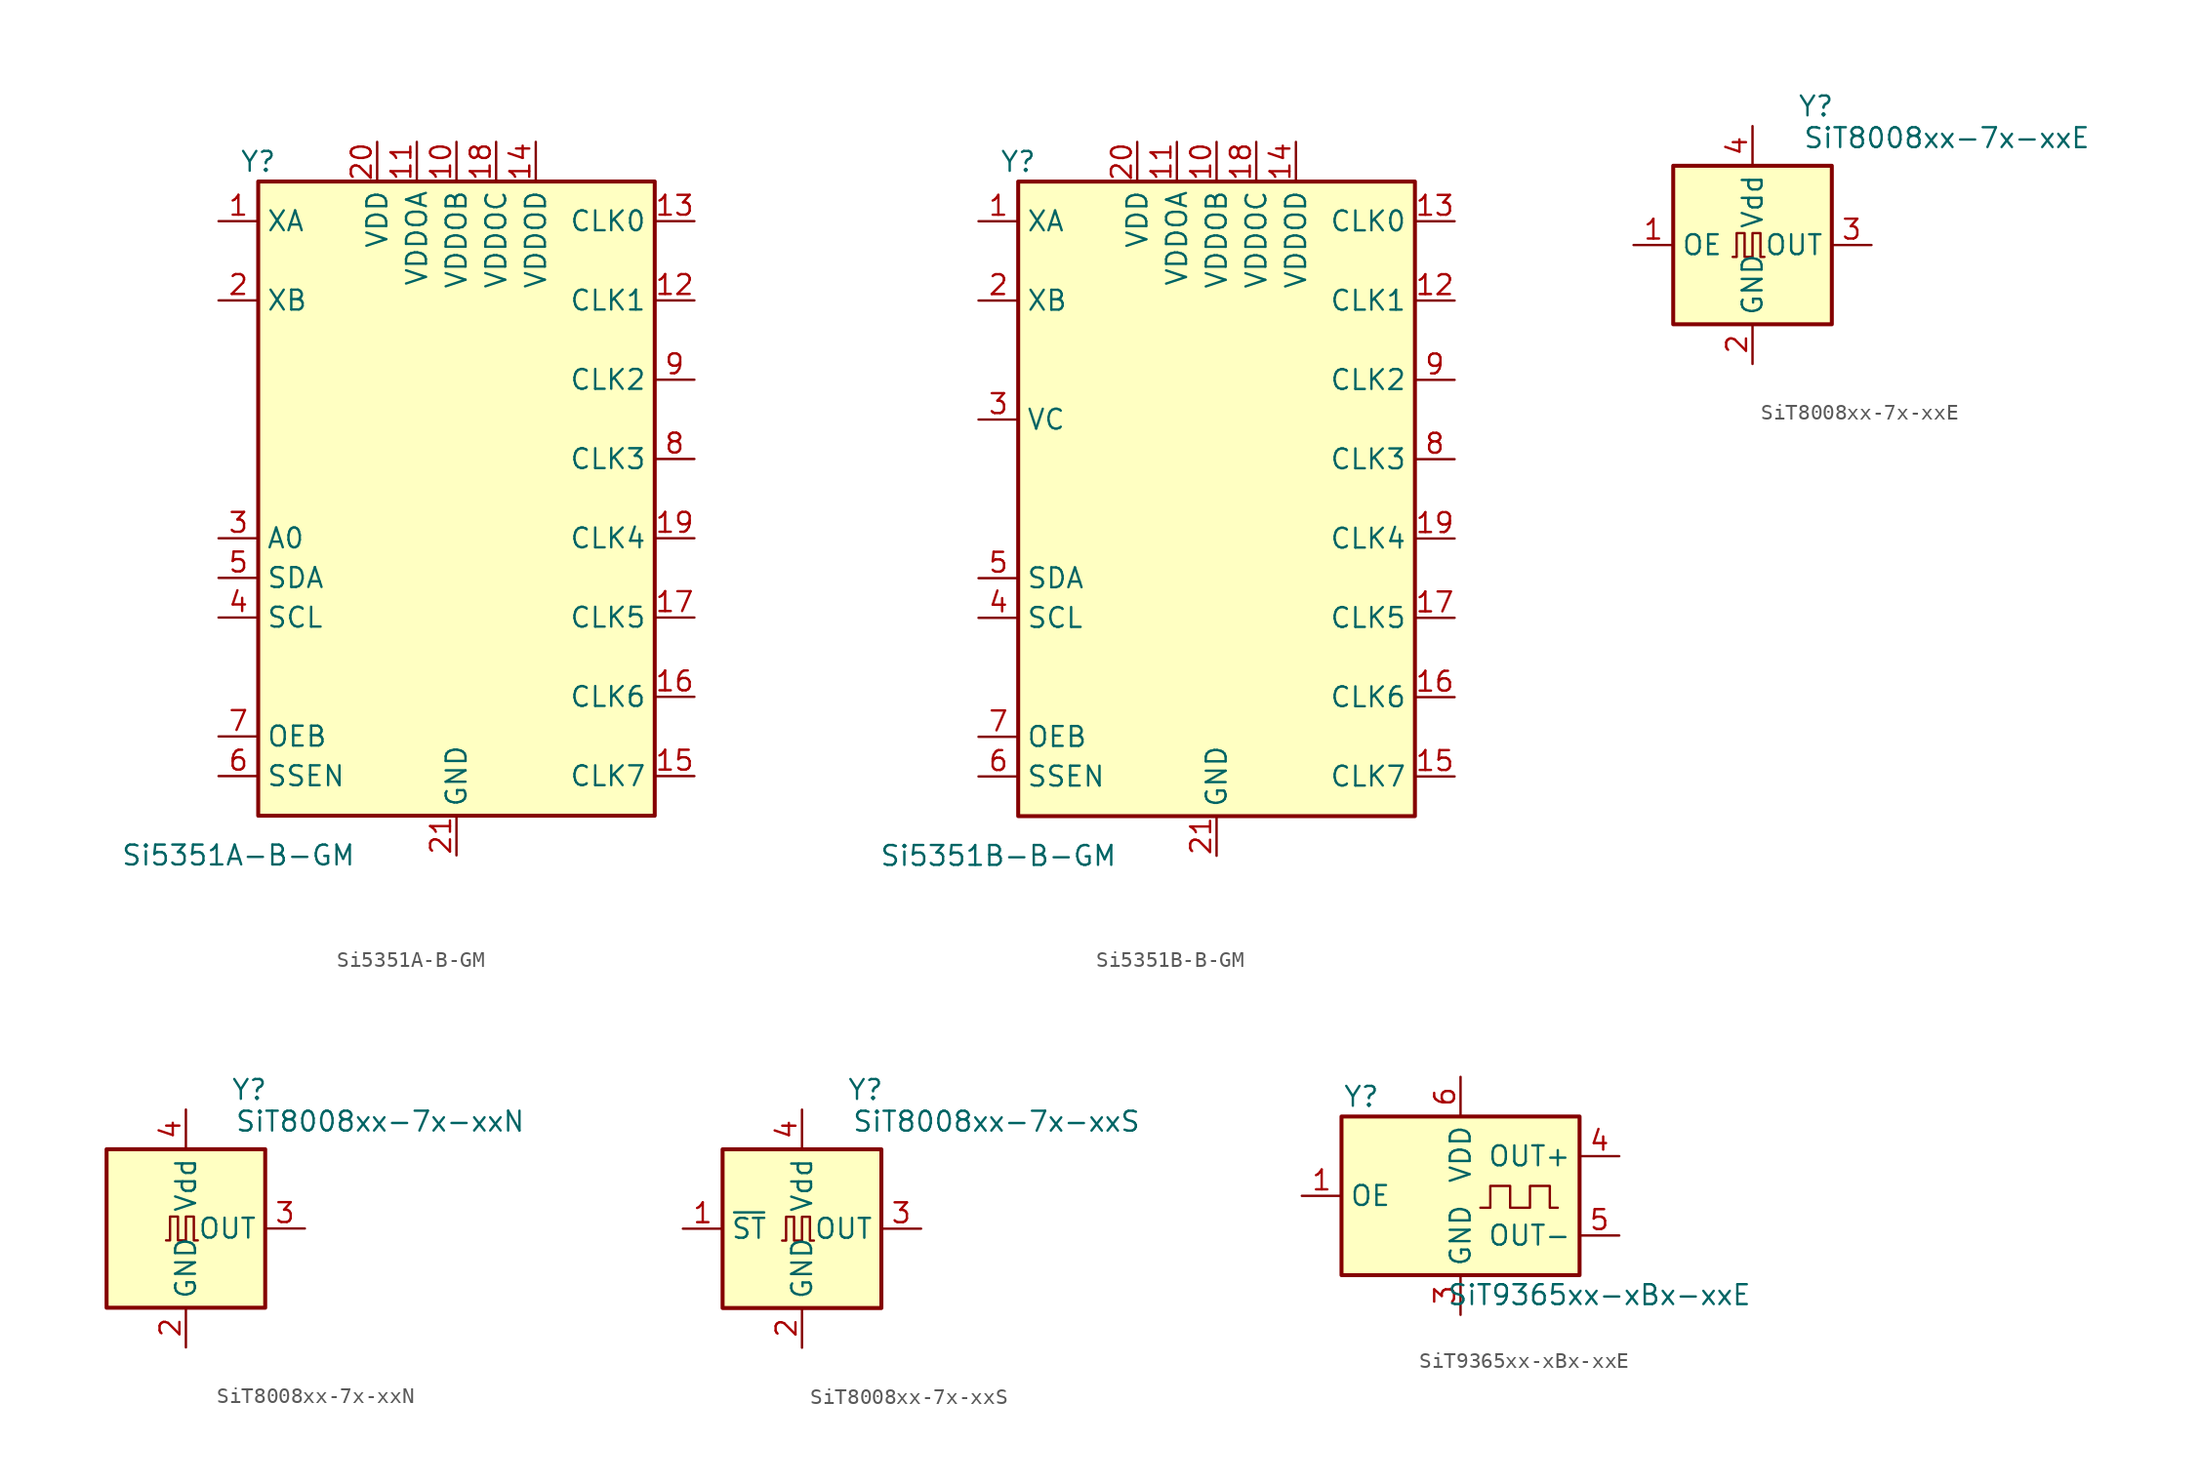
<source format=kicad_sym>
(kicad_symbol_lib
  (version 20241209)
  (generator "kicad_symbol_editor")
  (generator_version "9.0")
  (symbol "Si5351A-B-GM"
    (property "Reference" "Y"
      (at -12.7 21.59 0)
      (effects (font (size 1.27 1.27))))
    (property "Value" "Si5351A-B-GM"
      (at -13.97 -22.86 0)
      (effects (font (size 1.27 1.27))))
    (symbol "Si5351A-B-GM_1_1"
      (rectangle (start -12.7 20.32) (end 12.7 -20.32) (stroke (width 0.254) (type default)) (fill (type background)))
      (pin input line (at -15.24 17.78 0) (length 2.54) (name "XA" (effects (font (size 1.27 1.27)))) (number "1" (effects (font (size 1.27 1.27)))))
      (pin input line (at -15.24 12.7 0) (length 2.54) (name "XB" (effects (font (size 1.27 1.27)))) (number "2" (effects (font (size 1.27 1.27)))))
      (pin input line (at -15.24 -2.54 0) (length 2.54) (name "A0" (effects (font (size 1.27 1.27)))) (number "3" (effects (font (size 1.27 1.27)))))
      (pin bidirectional line (at -15.24 -5.08 0) (length 2.54) (name "SDA" (effects (font (size 1.27 1.27)))) (number "5" (effects (font (size 1.27 1.27)))))
      (pin input line (at -15.24 -7.62 0) (length 2.54) (name "SCL" (effects (font (size 1.27 1.27)))) (number "4" (effects (font (size 1.27 1.27)))))
      (pin input line (at -15.24 -15.24 0) (length 2.54) (name "OEB" (effects (font (size 1.27 1.27)))) (number "7" (effects (font (size 1.27 1.27)))))
      (pin input line (at -15.24 -17.78 0) (length 2.54) (name "SSEN" (effects (font (size 1.27 1.27)))) (number "6" (effects (font (size 1.27 1.27)))))
      (pin power_in line (at -5.08 22.86 270) (length 2.54) (name "VDD" (effects (font (size 1.27 1.27)))) (number "20" (effects (font (size 1.27 1.27)))))
      (pin power_in line (at -2.54 22.86 270) (length 2.54) (name "VDDOA" (effects (font (size 1.27 1.27)))) (number "11" (effects (font (size 1.27 1.27)))))
      (pin power_in line (at 0 22.86 270) (length 2.54) (name "VDDOB" (effects (font (size 1.27 1.27)))) (number "10" (effects (font (size 1.27 1.27)))))
      (pin power_in line (at 0 -22.86 90) (length 2.54) (name "GND" (effects (font (size 1.27 1.27)))) (number "21" (effects (font (size 1.27 1.27)))))
      (pin power_in line (at 2.54 22.86 270) (length 2.54) (name "VDDOC" (effects (font (size 1.27 1.27)))) (number "18" (effects (font (size 1.27 1.27)))))
      (pin power_in line (at 5.08 22.86 270) (length 2.54) (name "VDDOD" (effects (font (size 1.27 1.27)))) (number "14" (effects (font (size 1.27 1.27)))))
      (pin output line (at 15.24 17.78 180) (length 2.54) (name "CLK0" (effects (font (size 1.27 1.27)))) (number "13" (effects (font (size 1.27 1.27)))))
      (pin output line (at 15.24 12.7 180) (length 2.54) (name "CLK1" (effects (font (size 1.27 1.27)))) (number "12" (effects (font (size 1.27 1.27)))))
      (pin output line (at 15.24 7.62 180) (length 2.54) (name "CLK2" (effects (font (size 1.27 1.27)))) (number "9" (effects (font (size 1.27 1.27)))))
      (pin output line (at 15.24 2.54 180) (length 2.54) (name "CLK3" (effects (font (size 1.27 1.27)))) (number "8" (effects (font (size 1.27 1.27)))))
      (pin output line (at 15.24 -2.54 180) (length 2.54) (name "CLK4" (effects (font (size 1.27 1.27)))) (number "19" (effects (font (size 1.27 1.27)))))
      (pin output line (at 15.24 -7.62 180) (length 2.54) (name "CLK5" (effects (font (size 1.27 1.27)))) (number "17" (effects (font (size 1.27 1.27)))))
      (pin output line (at 15.24 -12.7 180) (length 2.54) (name "CLK6" (effects (font (size 1.27 1.27)))) (number "16" (effects (font (size 1.27 1.27)))))
      (pin output line (at 15.24 -17.78 180) (length 2.54) (name "CLK7" (effects (font (size 1.27 1.27)))) (number "15" (effects (font (size 1.27 1.27)))))))
  (symbol "Si5351B-B-GM"
    (property "Reference" "Y"
      (at -12.7 21.59 0)
      (effects (font (size 1.27 1.27))))
    (property "Value" "Si5351B-B-GM"
      (at -13.97 -22.86 0)
      (effects (font (size 1.27 1.27))))
    (symbol "Si5351B-B-GM_1_1"
      (rectangle (start -12.7 20.32) (end 12.7 -20.32) (stroke (width 0.254) (type default)) (fill (type background)))
      (pin input line (at -15.24 17.78 0) (length 2.54) (name "XA" (effects (font (size 1.27 1.27)))) (number "1" (effects (font (size 1.27 1.27)))))
      (pin input line (at -15.24 12.7 0) (length 2.54) (name "XB" (effects (font (size 1.27 1.27)))) (number "2" (effects (font (size 1.27 1.27)))))
      (pin input line (at -15.24 5.08 0) (length 2.54) (name "VC" (effects (font (size 1.27 1.27)))) (number "3" (effects (font (size 1.27 1.27)))))
      (pin bidirectional line (at -15.24 -5.08 0) (length 2.54) (name "SDA" (effects (font (size 1.27 1.27)))) (number "5" (effects (font (size 1.27 1.27)))))
      (pin input line (at -15.24 -7.62 0) (length 2.54) (name "SCL" (effects (font (size 1.27 1.27)))) (number "4" (effects (font (size 1.27 1.27)))))
      (pin input line (at -15.24 -15.24 0) (length 2.54) (name "OEB" (effects (font (size 1.27 1.27)))) (number "7" (effects (font (size 1.27 1.27)))))
      (pin input line (at -15.24 -17.78 0) (length 2.54) (name "SSEN" (effects (font (size 1.27 1.27)))) (number "6" (effects (font (size 1.27 1.27)))))
      (pin power_in line (at -5.08 22.86 270) (length 2.54) (name "VDD" (effects (font (size 1.27 1.27)))) (number "20" (effects (font (size 1.27 1.27)))))
      (pin power_in line (at -2.54 22.86 270) (length 2.54) (name "VDDOA" (effects (font (size 1.27 1.27)))) (number "11" (effects (font (size 1.27 1.27)))))
      (pin power_in line (at 0 22.86 270) (length 2.54) (name "VDDOB" (effects (font (size 1.27 1.27)))) (number "10" (effects (font (size 1.27 1.27)))))
      (pin power_in line (at 0 -22.86 90) (length 2.54) (name "GND" (effects (font (size 1.27 1.27)))) (number "21" (effects (font (size 1.27 1.27)))))
      (pin power_in line (at 2.54 22.86 270) (length 2.54) (name "VDDOC" (effects (font (size 1.27 1.27)))) (number "18" (effects (font (size 1.27 1.27)))))
      (pin power_in line (at 5.08 22.86 270) (length 2.54) (name "VDDOD" (effects (font (size 1.27 1.27)))) (number "14" (effects (font (size 1.27 1.27)))))
      (pin output line (at 15.24 17.78 180) (length 2.54) (name "CLK0" (effects (font (size 1.27 1.27)))) (number "13" (effects (font (size 1.27 1.27)))))
      (pin output line (at 15.24 12.7 180) (length 2.54) (name "CLK1" (effects (font (size 1.27 1.27)))) (number "12" (effects (font (size 1.27 1.27)))))
      (pin output line (at 15.24 7.62 180) (length 2.54) (name "CLK2" (effects (font (size 1.27 1.27)))) (number "9" (effects (font (size 1.27 1.27)))))
      (pin output line (at 15.24 2.54 180) (length 2.54) (name "CLK3" (effects (font (size 1.27 1.27)))) (number "8" (effects (font (size 1.27 1.27)))))
      (pin output line (at 15.24 -2.54 180) (length 2.54) (name "CLK4" (effects (font (size 1.27 1.27)))) (number "19" (effects (font (size 1.27 1.27)))))
      (pin output line (at 15.24 -7.62 180) (length 2.54) (name "CLK5" (effects (font (size 1.27 1.27)))) (number "17" (effects (font (size 1.27 1.27)))))
      (pin output line (at 15.24 -12.7 180) (length 2.54) (name "CLK6" (effects (font (size 1.27 1.27)))) (number "16" (effects (font (size 1.27 1.27)))))
      (pin output line (at 15.24 -17.78 180) (length 2.54) (name "CLK7" (effects (font (size 1.27 1.27)))) (number "15" (effects (font (size 1.27 1.27)))))))
  (symbol "SiT8008xx-7x-xxE"
    (property "Reference" "Y"
      (at 4.064 8.89 0)
      (effects (font (size 1.27 1.27))))
    (property "Value" "SiT8008xx-7x-xxE"
      (at 12.446 6.858 0)
      (effects (font (size 1.27 1.27))))
    (symbol "SiT8008xx-7x-xxE_0_1"
      (rectangle (start -5.08 5.08) (end 5.08 -5.08) (stroke (width 0.254) (type default)) (fill (type background)))
      (polyline (pts (xy -1.27 -0.762) (xy -1.016 -0.762) (xy -1.016 0.762) (xy -0.508 0.762) (xy -0.508 -0.762) (xy 0 -0.762) (xy 0 0.762) (xy 0.508 0.762) (xy 0.508 -0.762) (xy 0.762 -0.762)) (stroke (width 0) (type default)) (fill (type none))))
    (symbol "SiT8008xx-7x-xxE_1_1"
      (pin input line (at -7.62 0 0) (length 2.54) (name "OE" (effects (font (size 1.27 1.27)))) (number "1" (effects (font (size 1.27 1.27)))))
      (pin power_in line (at 0 7.62 270) (length 2.54) (name "Vdd" (effects (font (size 1.27 1.27)))) (number "4" (effects (font (size 1.27 1.27)))))
      (pin power_in line (at 0 -7.62 90) (length 2.54) (name "GND" (effects (font (size 1.27 1.27)))) (number "2" (effects (font (size 1.27 1.27)))))
      (pin output line (at 7.62 0 180) (length 2.54) (name "OUT" (effects (font (size 1.27 1.27)))) (number "3" (effects (font (size 1.27 1.27)))))))
  (symbol "SiT8008xx-7x-xxN"
    (property "Reference" "Y"
      (at 4.064 8.89 0)
      (effects (font (size 1.27 1.27))))
    (property "Value" "SiT8008xx-7x-xxN"
      (at 12.446 6.858 0)
      (effects (font (size 1.27 1.27))))
    (symbol "SiT8008xx-7x-xxN_0_1"
      (rectangle (start -5.08 5.08) (end 5.08 -5.08) (stroke (width 0.254) (type default)) (fill (type background)))
      (polyline (pts (xy -1.27 -0.762) (xy -1.016 -0.762) (xy -1.016 0.762) (xy -0.508 0.762) (xy -0.508 -0.762) (xy 0 -0.762) (xy 0 0.762) (xy 0.508 0.762) (xy 0.508 -0.762) (xy 0.762 -0.762)) (stroke (width 0) (type default)) (fill (type none))))
    (symbol "SiT8008xx-7x-xxN_1_1"
      (pin no_connect line (at -5.08 0 0) (length 2.54) (hide yes) (name "NC" (effects (font (size 1.27 1.27)))) (number "1" (effects (font (size 1.27 1.27)))))
      (pin power_in line (at 0 7.62 270) (length 2.54) (name "Vdd" (effects (font (size 1.27 1.27)))) (number "4" (effects (font (size 1.27 1.27)))))
      (pin power_in line (at 0 -7.62 90) (length 2.54) (name "GND" (effects (font (size 1.27 1.27)))) (number "2" (effects (font (size 1.27 1.27)))))
      (pin output line (at 7.62 0 180) (length 2.54) (name "OUT" (effects (font (size 1.27 1.27)))) (number "3" (effects (font (size 1.27 1.27)))))))
  (symbol "SiT8008xx-7x-xxS"
    (property "Reference" "Y"
      (at 4.064 8.89 0)
      (effects (font (size 1.27 1.27))))
    (property "Value" "SiT8008xx-7x-xxS"
      (at 12.446 6.858 0)
      (effects (font (size 1.27 1.27))))
    (symbol "SiT8008xx-7x-xxS_0_1"
      (rectangle (start -5.08 5.08) (end 5.08 -5.08) (stroke (width 0.254) (type default)) (fill (type background)))
      (polyline (pts (xy -1.27 -0.762) (xy -1.016 -0.762) (xy -1.016 0.762) (xy -0.508 0.762) (xy -0.508 -0.762) (xy 0 -0.762) (xy 0 0.762) (xy 0.508 0.762) (xy 0.508 -0.762) (xy 0.762 -0.762)) (stroke (width 0) (type default)) (fill (type none))))
    (symbol "SiT8008xx-7x-xxS_1_1"
      (pin input line (at -7.62 0 0) (length 2.54) (name "~{ST}" (effects (font (size 1.27 1.27)))) (number "1" (effects (font (size 1.27 1.27)))))
      (pin power_in line (at 0 7.62 270) (length 2.54) (name "Vdd" (effects (font (size 1.27 1.27)))) (number "4" (effects (font (size 1.27 1.27)))))
      (pin power_in line (at 0 -7.62 90) (length 2.54) (name "GND" (effects (font (size 1.27 1.27)))) (number "2" (effects (font (size 1.27 1.27)))))
      (pin output line (at 7.62 0 180) (length 2.54) (name "OUT" (effects (font (size 1.27 1.27)))) (number "3" (effects (font (size 1.27 1.27)))))))
  (symbol "SiT9365xx-xBx-xxE"
    (property "Reference" "Y"
      (at -6.35 6.35 0)
      (effects (font (size 1.27 1.27))))
    (property "Value" "SiT9365xx-xBx-xxE"
      (at 8.89 -6.35 0)
      (effects (font (size 1.27 1.27))))
    (symbol "SiT9365xx-xBx-xxE_0_1"
      (rectangle (start -7.62 5.08) (end 7.62 -5.08) (stroke (width 0.254) (type default)) (fill (type background)))
      (polyline (pts (xy 1.27 -0.762) (xy 1.905 -0.762) (xy 1.905 0.635) (xy 3.175 0.635) (xy 3.175 -0.762) (xy 4.445 -0.762) (xy 4.445 0.635) (xy 5.715 0.635) (xy 5.715 -0.762) (xy 6.223 -0.762)) (stroke (width 0) (type default)) (fill (type none))))
    (symbol "SiT9365xx-xBx-xxE_1_1"
      (pin input line (at -10.16 0 0) (length 2.54) (name "OE" (effects (font (size 1.27 1.27)))) (number "1" (effects (font (size 1.27 1.27)))))
      (pin no_connect line (at -7.62 2.54 0) (length 2.54) (hide yes) (name "NC" (effects (font (size 1.27 1.27)))) (number "2" (effects (font (size 1.27 1.27)))))
      (pin power_in line (at 0 7.62 270) (length 2.54) (name "VDD" (effects (font (size 1.27 1.27)))) (number "6" (effects (font (size 1.27 1.27)))))
      (pin power_in line (at 0 -7.62 90) (length 2.54) (name "GND" (effects (font (size 1.27 1.27)))) (number "3" (effects (font (size 1.27 1.27)))))
      (pin output line (at 10.16 2.54 180) (length 2.54) (name "OUT+" (effects (font (size 1.27 1.27)))) (number "4" (effects (font (size 1.27 1.27)))))
      (pin output line (at 10.16 -2.54 180) (length 2.54) (name "OUT-" (effects (font (size 1.27 1.27)))) (number "5" (effects (font (size 1.27 1.27))))))))
</source>
